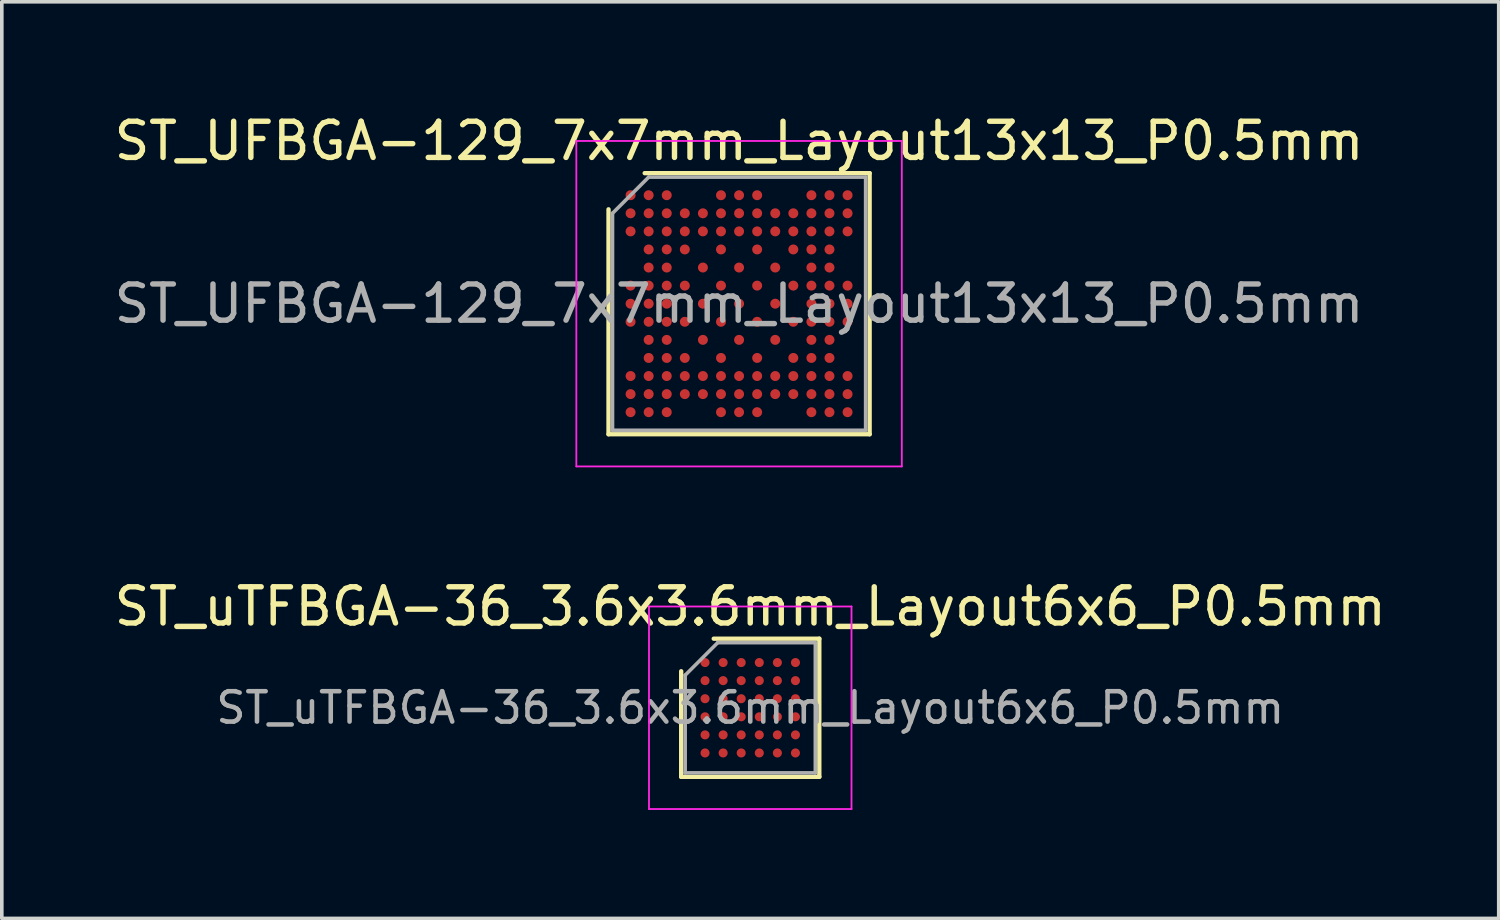
<source format=kicad_pcb>
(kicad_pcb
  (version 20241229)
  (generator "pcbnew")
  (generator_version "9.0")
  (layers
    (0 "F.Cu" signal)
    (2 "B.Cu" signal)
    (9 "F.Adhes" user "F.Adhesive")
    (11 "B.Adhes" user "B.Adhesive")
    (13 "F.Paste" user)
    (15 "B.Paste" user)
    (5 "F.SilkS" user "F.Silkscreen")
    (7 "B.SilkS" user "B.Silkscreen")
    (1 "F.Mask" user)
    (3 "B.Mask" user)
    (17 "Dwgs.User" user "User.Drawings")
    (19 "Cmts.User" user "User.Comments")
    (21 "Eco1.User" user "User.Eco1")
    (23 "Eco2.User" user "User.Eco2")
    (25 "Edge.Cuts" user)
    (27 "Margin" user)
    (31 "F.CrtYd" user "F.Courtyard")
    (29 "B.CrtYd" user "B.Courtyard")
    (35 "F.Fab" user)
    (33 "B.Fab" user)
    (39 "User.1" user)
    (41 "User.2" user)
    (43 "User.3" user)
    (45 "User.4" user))
  (footprint "ST_UFBGA-129_7x7mm_Layout13x13_P0.5mm"
    (layer "F.Cu")
    (at 17.387 5.348)
    (property "Reference" "ST_UFBGA-129_7x7mm_Layout13x13_P0.5mm" (at 0 -4.5 0) (layer "F.SilkS") (effects (font (size 1 1) (thickness 0.15))))
    (attr smd)
    (fp_line (start -3.61 3.61) (end -3.61 -2.61) (stroke (width 0.12) (type solid)) (layer "F.SilkS"))
    (fp_line (start -2.61 -3.61) (end 3.61 -3.61) (stroke (width 0.12) (type solid)) (layer "F.SilkS"))
    (fp_line (start 3.61 -3.61) (end 3.61 3.61) (stroke (width 0.12) (type solid)) (layer "F.SilkS"))
    (fp_line (start 3.61 3.61) (end -3.61 3.61) (stroke (width 0.12) (type solid)) (layer "F.SilkS"))
    (fp_line (start -4.5 -4.5) (end -4.5 4.5) (stroke (width 0.05) (type solid)) (layer "F.CrtYd"))
    (fp_line (start -4.5 4.5) (end 4.5 4.5) (stroke (width 0.05) (type solid)) (layer "F.CrtYd"))
    (fp_line (start 4.5 -4.5) (end -4.5 -4.5) (stroke (width 0.05) (type solid)) (layer "F.CrtYd"))
    (fp_line (start 4.5 4.5) (end 4.5 -4.5) (stroke (width 0.05) (type solid)) (layer "F.CrtYd"))
    (fp_line (start -3.5 -2.5) (end -2.5 -3.5) (stroke (width 0.1) (type solid)) (layer "F.Fab"))
    (fp_line (start -3.5 3.5) (end -3.5 -2.5) (stroke (width 0.1) (type solid)) (layer "F.Fab"))
    (fp_line (start -2.5 -3.5) (end 3.5 -3.5) (stroke (width 0.1) (type solid)) (layer "F.Fab"))
    (fp_line (start 3.5 -3.5) (end 3.5 3.5) (stroke (width 0.1) (type solid)) (layer "F.Fab"))
    (fp_line (start 3.5 3.5) (end -3.5 3.5) (stroke (width 0.1) (type solid)) (layer "F.Fab"))
    (fp_text user "${REFERENCE}" (at 0 0 0) (layer "F.Fab") (effects (font (size 1 1) (thickness 0.15))))
    (pad "A1" smd circle (at -3 -3) (size 0.275 0.275) (layers "F.Cu" "F.Mask" "F.Paste"))
    (pad "A2" smd circle (at -2.5 -3) (size 0.275 0.275) (layers "F.Cu" "F.Mask" "F.Paste"))
    (pad "A3" smd circle (at -2 -3) (size 0.275 0.275) (layers "F.Cu" "F.Mask" "F.Paste"))
    (pad "A6" smd circle (at -0.5 -3) (size 0.275 0.275) (layers "F.Cu" "F.Mask" "F.Paste"))
    (pad "A7" smd circle (at 0 -3) (size 0.275 0.275) (layers "F.Cu" "F.Mask" "F.Paste"))
    (pad "A8" smd circle (at 0.5 -3) (size 0.275 0.275) (layers "F.Cu" "F.Mask" "F.Paste"))
    (pad "A11" smd circle (at 2 -3) (size 0.275 0.275) (layers "F.Cu" "F.Mask" "F.Paste"))
    (pad "A12" smd circle (at 2.5 -3) (size 0.275 0.275) (layers "F.Cu" "F.Mask" "F.Paste"))
    (pad "A13" smd circle (at 3 -3) (size 0.275 0.275) (layers "F.Cu" "F.Mask" "F.Paste"))
    (pad "B1" smd circle (at -3 -2.5) (size 0.275 0.275) (layers "F.Cu" "F.Mask" "F.Paste"))
    (pad "B2" smd circle (at -2.5 -2.5) (size 0.275 0.275) (layers "F.Cu" "F.Mask" "F.Paste"))
    (pad "B3" smd circle (at -2 -2.5) (size 0.275 0.275) (layers "F.Cu" "F.Mask" "F.Paste"))
    (pad "B4" smd circle (at -1.5 -2.5) (size 0.275 0.275) (layers "F.Cu" "F.Mask" "F.Paste"))
    (pad "B5" smd circle (at -1 -2.5) (size 0.275 0.275) (layers "F.Cu" "F.Mask" "F.Paste"))
    (pad "B6" smd circle (at -0.5 -2.5) (size 0.275 0.275) (layers "F.Cu" "F.Mask" "F.Paste"))
    (pad "B7" smd circle (at 0 -2.5) (size 0.275 0.275) (layers "F.Cu" "F.Mask" "F.Paste"))
    (pad "B8" smd circle (at 0.5 -2.5) (size 0.275 0.275) (layers "F.Cu" "F.Mask" "F.Paste"))
    (pad "B9" smd circle (at 1 -2.5) (size 0.275 0.275) (layers "F.Cu" "F.Mask" "F.Paste"))
    (pad "B10" smd circle (at 1.5 -2.5) (size 0.275 0.275) (layers "F.Cu" "F.Mask" "F.Paste"))
    (pad "B11" smd circle (at 2 -2.5) (size 0.275 0.275) (layers "F.Cu" "F.Mask" "F.Paste"))
    (pad "B12" smd circle (at 2.5 -2.5) (size 0.275 0.275) (layers "F.Cu" "F.Mask" "F.Paste"))
    (pad "B13" smd circle (at 3 -2.5) (size 0.275 0.275) (layers "F.Cu" "F.Mask" "F.Paste"))
    (pad "C1" smd circle (at -3 -2) (size 0.275 0.275) (layers "F.Cu" "F.Mask" "F.Paste"))
    (pad "C2" smd circle (at -2.5 -2) (size 0.275 0.275) (layers "F.Cu" "F.Mask" "F.Paste"))
    (pad "C3" smd circle (at -2 -2) (size 0.275 0.275) (layers "F.Cu" "F.Mask" "F.Paste"))
    (pad "C4" smd circle (at -1.5 -2) (size 0.275 0.275) (layers "F.Cu" "F.Mask" "F.Paste"))
    (pad "C5" smd circle (at -1 -2) (size 0.275 0.275) (layers "F.Cu" "F.Mask" "F.Paste"))
    (pad "C6" smd circle (at -0.5 -2) (size 0.275 0.275) (layers "F.Cu" "F.Mask" "F.Paste"))
    (pad "C7" smd circle (at 0 -2) (size 0.275 0.275) (layers "F.Cu" "F.Mask" "F.Paste"))
    (pad "C8" smd circle (at 0.5 -2) (size 0.275 0.275) (layers "F.Cu" "F.Mask" "F.Paste"))
    (pad "C9" smd circle (at 1 -2) (size 0.275 0.275) (layers "F.Cu" "F.Mask" "F.Paste"))
    (pad "C10" smd circle (at 1.5 -2) (size 0.275 0.275) (layers "F.Cu" "F.Mask" "F.Paste"))
    (pad "C11" smd circle (at 2 -2) (size 0.275 0.275) (layers "F.Cu" "F.Mask" "F.Paste"))
    (pad "C12" smd circle (at 2.5 -2) (size 0.275 0.275) (layers "F.Cu" "F.Mask" "F.Paste"))
    (pad "C13" smd circle (at 3 -2) (size 0.275 0.275) (layers "F.Cu" "F.Mask" "F.Paste"))
    (pad "D2" smd circle (at -2.5 -1.5) (size 0.275 0.275) (layers "F.Cu" "F.Mask" "F.Paste"))
    (pad "D3" smd circle (at -2 -1.5) (size 0.275 0.275) (layers "F.Cu" "F.Mask" "F.Paste"))
    (pad "D4" smd circle (at -1.5 -1.5) (size 0.275 0.275) (layers "F.Cu" "F.Mask" "F.Paste"))
    (pad "D6" smd circle (at -0.5 -1.5) (size 0.275 0.275) (layers "F.Cu" "F.Mask" "F.Paste"))
    (pad "D8" smd circle (at 0.5 -1.5) (size 0.275 0.275) (layers "F.Cu" "F.Mask" "F.Paste"))
    (pad "D10" smd circle (at 1.5 -1.5) (size 0.275 0.275) (layers "F.Cu" "F.Mask" "F.Paste"))
    (pad "D11" smd circle (at 2 -1.5) (size 0.275 0.275) (layers "F.Cu" "F.Mask" "F.Paste"))
    (pad "D12" smd circle (at 2.5 -1.5) (size 0.275 0.275) (layers "F.Cu" "F.Mask" "F.Paste"))
    (pad "E2" smd circle (at -2.5 -1) (size 0.275 0.275) (layers "F.Cu" "F.Mask" "F.Paste"))
    (pad "E3" smd circle (at -2 -1) (size 0.275 0.275) (layers "F.Cu" "F.Mask" "F.Paste"))
    (pad "E5" smd circle (at -1 -1) (size 0.275 0.275) (layers "F.Cu" "F.Mask" "F.Paste"))
    (pad "E7" smd circle (at 0 -1) (size 0.275 0.275) (layers "F.Cu" "F.Mask" "F.Paste"))
    (pad "E9" smd circle (at 1 -1) (size 0.275 0.275) (layers "F.Cu" "F.Mask" "F.Paste"))
    (pad "E11" smd circle (at 2 -1) (size 0.275 0.275) (layers "F.Cu" "F.Mask" "F.Paste"))
    (pad "E12" smd circle (at 2.5 -1) (size 0.275 0.275) (layers "F.Cu" "F.Mask" "F.Paste"))
    (pad "F1" smd circle (at -3 -0.5) (size 0.275 0.275) (layers "F.Cu" "F.Mask" "F.Paste"))
    (pad "F2" smd circle (at -2.5 -0.5) (size 0.275 0.275) (layers "F.Cu" "F.Mask" "F.Paste"))
    (pad "F3" smd circle (at -2 -0.5) (size 0.275 0.275) (layers "F.Cu" "F.Mask" "F.Paste"))
    (pad "F4" smd circle (at -1.5 -0.5) (size 0.275 0.275) (layers "F.Cu" "F.Mask" "F.Paste"))
    (pad "F6" smd circle (at -0.5 -0.5) (size 0.275 0.275) (layers "F.Cu" "F.Mask" "F.Paste"))
    (pad "F8" smd circle (at 0.5 -0.5) (size 0.275 0.275) (layers "F.Cu" "F.Mask" "F.Paste"))
    (pad "F10" smd circle (at 1.5 -0.5) (size 0.275 0.275) (layers "F.Cu" "F.Mask" "F.Paste"))
    (pad "F11" smd circle (at 2 -0.5) (size 0.275 0.275) (layers "F.Cu" "F.Mask" "F.Paste"))
    (pad "F12" smd circle (at 2.5 -0.5) (size 0.275 0.275) (layers "F.Cu" "F.Mask" "F.Paste"))
    (pad "F13" smd circle (at 3 -0.5) (size 0.275 0.275) (layers "F.Cu" "F.Mask" "F.Paste"))
    (pad "G1" smd circle (at -3 0) (size 0.275 0.275) (layers "F.Cu" "F.Mask" "F.Paste"))
    (pad "G2" smd circle (at -2.5 0) (size 0.275 0.275) (layers "F.Cu" "F.Mask" "F.Paste"))
    (pad "G3" smd circle (at -2 0) (size 0.275 0.275) (layers "F.Cu" "F.Mask" "F.Paste"))
    (pad "G5" smd circle (at -1 0) (size 0.275 0.275) (layers "F.Cu" "F.Mask" "F.Paste"))
    (pad "G7" smd circle (at 0 0) (size 0.275 0.275) (layers "F.Cu" "F.Mask" "F.Paste"))
    (pad "G9" smd circle (at 1 0) (size 0.275 0.275) (layers "F.Cu" "F.Mask" "F.Paste"))
    (pad "G11" smd circle (at 2 0) (size 0.275 0.275) (layers "F.Cu" "F.Mask" "F.Paste"))
    (pad "G12" smd circle (at 2.5 0) (size 0.275 0.275) (layers "F.Cu" "F.Mask" "F.Paste"))
    (pad "G13" smd circle (at 3 0) (size 0.275 0.275) (layers "F.Cu" "F.Mask" "F.Paste"))
    (pad "H1" smd circle (at -3 0.5) (size 0.275 0.275) (layers "F.Cu" "F.Mask" "F.Paste"))
    (pad "H2" smd circle (at -2.5 0.5) (size 0.275 0.275) (layers "F.Cu" "F.Mask" "F.Paste"))
    (pad "H3" smd circle (at -2 0.5) (size 0.275 0.275) (layers "F.Cu" "F.Mask" "F.Paste"))
    (pad "H4" smd circle (at -1.5 0.5) (size 0.275 0.275) (layers "F.Cu" "F.Mask" "F.Paste"))
    (pad "H6" smd circle (at -0.5 0.5) (size 0.275 0.275) (layers "F.Cu" "F.Mask" "F.Paste"))
    (pad "H8" smd circle (at 0.5 0.5) (size 0.275 0.275) (layers "F.Cu" "F.Mask" "F.Paste"))
    (pad "H10" smd circle (at 1.5 0.5) (size 0.275 0.275) (layers "F.Cu" "F.Mask" "F.Paste"))
    (pad "H11" smd circle (at 2 0.5) (size 0.275 0.275) (layers "F.Cu" "F.Mask" "F.Paste"))
    (pad "H12" smd circle (at 2.5 0.5) (size 0.275 0.275) (layers "F.Cu" "F.Mask" "F.Paste"))
    (pad "H13" smd circle (at 3 0.5) (size 0.275 0.275) (layers "F.Cu" "F.Mask" "F.Paste"))
    (pad "J2" smd circle (at -2.5 1) (size 0.275 0.275) (layers "F.Cu" "F.Mask" "F.Paste"))
    (pad "J3" smd circle (at -2 1) (size 0.275 0.275) (layers "F.Cu" "F.Mask" "F.Paste"))
    (pad "J5" smd circle (at -1 1) (size 0.275 0.275) (layers "F.Cu" "F.Mask" "F.Paste"))
    (pad "J7" smd circle (at 0 1) (size 0.275 0.275) (layers "F.Cu" "F.Mask" "F.Paste"))
    (pad "J9" smd circle (at 1 1) (size 0.275 0.275) (layers "F.Cu" "F.Mask" "F.Paste"))
    (pad "J11" smd circle (at 2 1) (size 0.275 0.275) (layers "F.Cu" "F.Mask" "F.Paste"))
    (pad "J12" smd circle (at 2.5 1) (size 0.275 0.275) (layers "F.Cu" "F.Mask" "F.Paste"))
    (pad "K2" smd circle (at -2.5 1.5) (size 0.275 0.275) (layers "F.Cu" "F.Mask" "F.Paste"))
    (pad "K3" smd circle (at -2 1.5) (size 0.275 0.275) (layers "F.Cu" "F.Mask" "F.Paste"))
    (pad "K4" smd circle (at -1.5 1.5) (size 0.275 0.275) (layers "F.Cu" "F.Mask" "F.Paste"))
    (pad "K6" smd circle (at -0.5 1.5) (size 0.275 0.275) (layers "F.Cu" "F.Mask" "F.Paste"))
    (pad "K8" smd circle (at 0.5 1.5) (size 0.275 0.275) (layers "F.Cu" "F.Mask" "F.Paste"))
    (pad "K10" smd circle (at 1.5 1.5) (size 0.275 0.275) (layers "F.Cu" "F.Mask" "F.Paste"))
    (pad "K11" smd circle (at 2 1.5) (size 0.275 0.275) (layers "F.Cu" "F.Mask" "F.Paste"))
    (pad "K12" smd circle (at 2.5 1.5) (size 0.275 0.275) (layers "F.Cu" "F.Mask" "F.Paste"))
    (pad "L1" smd circle (at -3 2) (size 0.275 0.275) (layers "F.Cu" "F.Mask" "F.Paste"))
    (pad "L2" smd circle (at -2.5 2) (size 0.275 0.275) (layers "F.Cu" "F.Mask" "F.Paste"))
    (pad "L3" smd circle (at -2 2) (size 0.275 0.275) (layers "F.Cu" "F.Mask" "F.Paste"))
    (pad "L4" smd circle (at -1.5 2) (size 0.275 0.275) (layers "F.Cu" "F.Mask" "F.Paste"))
    (pad "L5" smd circle (at -1 2) (size 0.275 0.275) (layers "F.Cu" "F.Mask" "F.Paste"))
    (pad "L6" smd circle (at -0.5 2) (size 0.275 0.275) (layers "F.Cu" "F.Mask" "F.Paste"))
    (pad "L7" smd circle (at 0 2) (size 0.275 0.275) (layers "F.Cu" "F.Mask" "F.Paste"))
    (pad "L8" smd circle (at 0.5 2) (size 0.275 0.275) (layers "F.Cu" "F.Mask" "F.Paste"))
    (pad "L9" smd circle (at 1 2) (size 0.275 0.275) (layers "F.Cu" "F.Mask" "F.Paste"))
    (pad "L10" smd circle (at 1.5 2) (size 0.275 0.275) (layers "F.Cu" "F.Mask" "F.Paste"))
    (pad "L11" smd circle (at 2 2) (size 0.275 0.275) (layers "F.Cu" "F.Mask" "F.Paste"))
    (pad "L12" smd circle (at 2.5 2) (size 0.275 0.275) (layers "F.Cu" "F.Mask" "F.Paste"))
    (pad "L13" smd circle (at 3 2) (size 0.275 0.275) (layers "F.Cu" "F.Mask" "F.Paste"))
    (pad "M1" smd circle (at -3 2.5) (size 0.275 0.275) (layers "F.Cu" "F.Mask" "F.Paste"))
    (pad "M2" smd circle (at -2.5 2.5) (size 0.275 0.275) (layers "F.Cu" "F.Mask" "F.Paste"))
    (pad "M3" smd circle (at -2 2.5) (size 0.275 0.275) (layers "F.Cu" "F.Mask" "F.Paste"))
    (pad "M4" smd circle (at -1.5 2.5) (size 0.275 0.275) (layers "F.Cu" "F.Mask" "F.Paste"))
    (pad "M5" smd circle (at -1 2.5) (size 0.275 0.275) (layers "F.Cu" "F.Mask" "F.Paste"))
    (pad "M6" smd circle (at -0.5 2.5) (size 0.275 0.275) (layers "F.Cu" "F.Mask" "F.Paste"))
    (pad "M7" smd circle (at 0 2.5) (size 0.275 0.275) (layers "F.Cu" "F.Mask" "F.Paste"))
    (pad "M8" smd circle (at 0.5 2.5) (size 0.275 0.275) (layers "F.Cu" "F.Mask" "F.Paste"))
    (pad "M9" smd circle (at 1 2.5) (size 0.275 0.275) (layers "F.Cu" "F.Mask" "F.Paste"))
    (pad "M10" smd circle (at 1.5 2.5) (size 0.275 0.275) (layers "F.Cu" "F.Mask" "F.Paste"))
    (pad "M11" smd circle (at 2 2.5) (size 0.275 0.275) (layers "F.Cu" "F.Mask" "F.Paste"))
    (pad "M12" smd circle (at 2.5 2.5) (size 0.275 0.275) (layers "F.Cu" "F.Mask" "F.Paste"))
    (pad "M13" smd circle (at 3 2.5) (size 0.275 0.275) (layers "F.Cu" "F.Mask" "F.Paste"))
    (pad "N1" smd circle (at -3 3) (size 0.275 0.275) (layers "F.Cu" "F.Mask" "F.Paste"))
    (pad "N2" smd circle (at -2.5 3) (size 0.275 0.275) (layers "F.Cu" "F.Mask" "F.Paste"))
    (pad "N3" smd circle (at -2 3) (size 0.275 0.275) (layers "F.Cu" "F.Mask" "F.Paste"))
    (pad "N6" smd circle (at -0.5 3) (size 0.275 0.275) (layers "F.Cu" "F.Mask" "F.Paste"))
    (pad "N7" smd circle (at 0 3) (size 0.275 0.275) (layers "F.Cu" "F.Mask" "F.Paste"))
    (pad "N8" smd circle (at 0.5 3) (size 0.275 0.275) (layers "F.Cu" "F.Mask" "F.Paste"))
    (pad "N11" smd circle (at 2 3) (size 0.275 0.275) (layers "F.Cu" "F.Mask" "F.Paste"))
    (pad "N12" smd circle (at 2.5 3) (size 0.275 0.275) (layers "F.Cu" "F.Mask" "F.Paste"))
    (pad "N13" smd circle (at 3 3) (size 0.275 0.275) (layers "F.Cu" "F.Mask" "F.Paste")))
  (footprint "ST_uTFBGA-36_3.6x3.6mm_Layout6x6_P0.5mm"
    (layer "F.Cu")
    (at 17.696 16.521)
    (property "Reference" "ST_uTFBGA-36_3.6x3.6mm_Layout6x6_P0.5mm" (at 0 -2.8 0) (layer "F.SilkS") (effects (font (size 1 1) (thickness 0.15))))
    (attr smd)
    (fp_line (start -1.91 1.91) (end -1.91 -1.01) (stroke (width 0.12) (type solid)) (layer "F.SilkS"))
    (fp_line (start -1.01 -1.91) (end 1.91 -1.91) (stroke (width 0.12) (type solid)) (layer "F.SilkS"))
    (fp_line (start 1.91 -1.91) (end 1.91 1.91) (stroke (width 0.12) (type solid)) (layer "F.SilkS"))
    (fp_line (start 1.91 1.91) (end -1.91 1.91) (stroke (width 0.12) (type solid)) (layer "F.SilkS"))
    (fp_line (start -2.8 -2.8) (end -2.8 2.8) (stroke (width 0.05) (type solid)) (layer "F.CrtYd"))
    (fp_line (start -2.8 2.8) (end 2.8 2.8) (stroke (width 0.05) (type solid)) (layer "F.CrtYd"))
    (fp_line (start 2.8 -2.8) (end -2.8 -2.8) (stroke (width 0.05) (type solid)) (layer "F.CrtYd"))
    (fp_line (start 2.8 2.8) (end 2.8 -2.8) (stroke (width 0.05) (type solid)) (layer "F.CrtYd"))
    (fp_line (start -1.8 -0.9) (end -0.9 -1.8) (stroke (width 0.1) (type solid)) (layer "F.Fab"))
    (fp_line (start -1.8 1.8) (end -1.8 -0.9) (stroke (width 0.1) (type solid)) (layer "F.Fab"))
    (fp_line (start -0.9 -1.8) (end 1.8 -1.8) (stroke (width 0.1) (type solid)) (layer "F.Fab"))
    (fp_line (start 1.8 -1.8) (end 1.8 1.8) (stroke (width 0.1) (type solid)) (layer "F.Fab"))
    (fp_line (start 1.8 1.8) (end -1.8 1.8) (stroke (width 0.1) (type solid)) (layer "F.Fab"))
    (fp_text user "${REFERENCE}" (at 0 0 0) (layer "F.Fab") (effects (font (size 0.84 0.84) (thickness 0.126))))
    (pad "A1" smd circle (at -1.25 -1.25) (size 0.25 0.25) (layers "F.Cu" "F.Mask" "F.Paste"))
    (pad "A2" smd circle (at -0.75 -1.25) (size 0.25 0.25) (layers "F.Cu" "F.Mask" "F.Paste"))
    (pad "A3" smd circle (at -0.25 -1.25) (size 0.25 0.25) (layers "F.Cu" "F.Mask" "F.Paste"))
    (pad "A4" smd circle (at 0.25 -1.25) (size 0.25 0.25) (layers "F.Cu" "F.Mask" "F.Paste"))
    (pad "A5" smd circle (at 0.75 -1.25) (size 0.25 0.25) (layers "F.Cu" "F.Mask" "F.Paste"))
    (pad "A6" smd circle (at 1.25 -1.25) (size 0.25 0.25) (layers "F.Cu" "F.Mask" "F.Paste"))
    (pad "B1" smd circle (at -1.25 -0.75) (size 0.25 0.25) (layers "F.Cu" "F.Mask" "F.Paste"))
    (pad "B2" smd circle (at -0.75 -0.75) (size 0.25 0.25) (layers "F.Cu" "F.Mask" "F.Paste"))
    (pad "B3" smd circle (at -0.25 -0.75) (size 0.25 0.25) (layers "F.Cu" "F.Mask" "F.Paste"))
    (pad "B4" smd circle (at 0.25 -0.75) (size 0.25 0.25) (layers "F.Cu" "F.Mask" "F.Paste"))
    (pad "B5" smd circle (at 0.75 -0.75) (size 0.25 0.25) (layers "F.Cu" "F.Mask" "F.Paste"))
    (pad "B6" smd circle (at 1.25 -0.75) (size 0.25 0.25) (layers "F.Cu" "F.Mask" "F.Paste"))
    (pad "C1" smd circle (at -1.25 -0.25) (size 0.25 0.25) (layers "F.Cu" "F.Mask" "F.Paste"))
    (pad "C2" smd circle (at -0.75 -0.25) (size 0.25 0.25) (layers "F.Cu" "F.Mask" "F.Paste"))
    (pad "C3" smd circle (at -0.25 -0.25) (size 0.25 0.25) (layers "F.Cu" "F.Mask" "F.Paste"))
    (pad "C4" smd circle (at 0.25 -0.25) (size 0.25 0.25) (layers "F.Cu" "F.Mask" "F.Paste"))
    (pad "C5" smd circle (at 0.75 -0.25) (size 0.25 0.25) (layers "F.Cu" "F.Mask" "F.Paste"))
    (pad "C6" smd circle (at 1.25 -0.25) (size 0.25 0.25) (layers "F.Cu" "F.Mask" "F.Paste"))
    (pad "D1" smd circle (at -1.25 0.25) (size 0.25 0.25) (layers "F.Cu" "F.Mask" "F.Paste"))
    (pad "D2" smd circle (at -0.75 0.25) (size 0.25 0.25) (layers "F.Cu" "F.Mask" "F.Paste"))
    (pad "D3" smd circle (at -0.25 0.25) (size 0.25 0.25) (layers "F.Cu" "F.Mask" "F.Paste"))
    (pad "D4" smd circle (at 0.25 0.25) (size 0.25 0.25) (layers "F.Cu" "F.Mask" "F.Paste"))
    (pad "D5" smd circle (at 0.75 0.25) (size 0.25 0.25) (layers "F.Cu" "F.Mask" "F.Paste"))
    (pad "D6" smd circle (at 1.25 0.25) (size 0.25 0.25) (layers "F.Cu" "F.Mask" "F.Paste"))
    (pad "E1" smd circle (at -1.25 0.75) (size 0.25 0.25) (layers "F.Cu" "F.Mask" "F.Paste"))
    (pad "E2" smd circle (at -0.75 0.75) (size 0.25 0.25) (layers "F.Cu" "F.Mask" "F.Paste"))
    (pad "E3" smd circle (at -0.25 0.75) (size 0.25 0.25) (layers "F.Cu" "F.Mask" "F.Paste"))
    (pad "E4" smd circle (at 0.25 0.75) (size 0.25 0.25) (layers "F.Cu" "F.Mask" "F.Paste"))
    (pad "E5" smd circle (at 0.75 0.75) (size 0.25 0.25) (layers "F.Cu" "F.Mask" "F.Paste"))
    (pad "E6" smd circle (at 1.25 0.75) (size 0.25 0.25) (layers "F.Cu" "F.Mask" "F.Paste"))
    (pad "F1" smd circle (at -1.25 1.25) (size 0.25 0.25) (layers "F.Cu" "F.Mask" "F.Paste"))
    (pad "F2" smd circle (at -0.75 1.25) (size 0.25 0.25) (layers "F.Cu" "F.Mask" "F.Paste"))
    (pad "F3" smd circle (at -0.25 1.25) (size 0.25 0.25) (layers "F.Cu" "F.Mask" "F.Paste"))
    (pad "F4" smd circle (at 0.25 1.25) (size 0.25 0.25) (layers "F.Cu" "F.Mask" "F.Paste"))
    (pad "F5" smd circle (at 0.75 1.25) (size 0.25 0.25) (layers "F.Cu" "F.Mask" "F.Paste"))
    (pad "F6" smd circle (at 1.25 1.25) (size 0.25 0.25) (layers "F.Cu" "F.Mask" "F.Paste")))
  (gr_rect
    (start -3 -3)
    (end 38.393 22.346)
    (stroke (width 0.1) (type default))
    (fill no)
    (layer "Edge.Cuts")))
</source>
